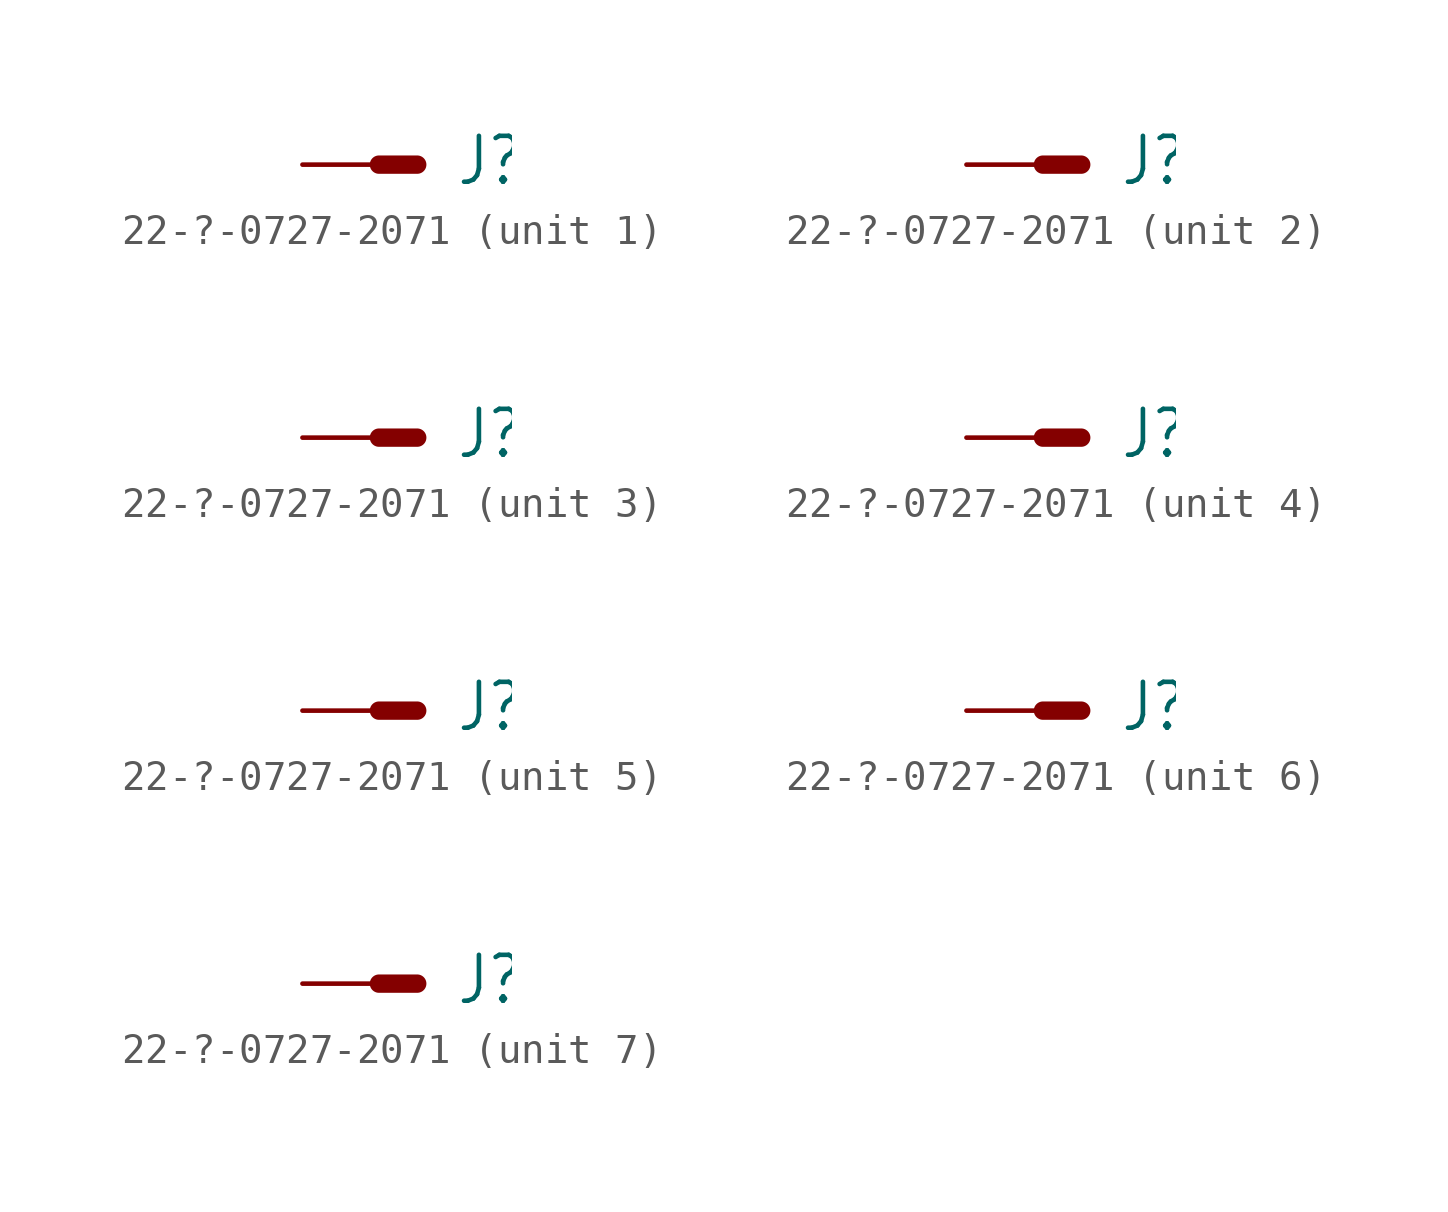
<source format=kicad_sym>
(kicad_symbol_lib
  (version 20220914)
  (generator kicad_symbol_editor)
  (symbol "22-?-0727-2071"
    (property "Reference" "J"
      (at 2.54 -0.762 0)
      (effects (font (size 1.524 1.295)) (justify left bottom)))
    (property "ki_locked" ""
      (at 0 0 0)
      (effects (font (size 1.27 1.27))))
    (symbol "22-?-0727-2071_1_0"
      (polyline (pts (xy 1.27 0) (xy 0 0)) (stroke (width 0.61) (type solid)) (fill (type none)))
      (pin passive line (at -2.54 0 0) (length 2.54) (name "S" (effects (font (size 0 0)))) (number "1" (effects (font (size 0 0))))))
    (symbol "22-?-0727-2071_2_0"
      (polyline (pts (xy 1.27 0) (xy 0 0)) (stroke (width 0.61) (type solid)) (fill (type none)))
      (pin passive line (at -2.54 0 0) (length 2.54) (name "S" (effects (font (size 0 0)))) (number "2" (effects (font (size 0 0))))))
    (symbol "22-?-0727-2071_3_0"
      (polyline (pts (xy 1.27 0) (xy 0 0)) (stroke (width 0.61) (type solid)) (fill (type none)))
      (pin passive line (at -2.54 0 0) (length 2.54) (name "S" (effects (font (size 0 0)))) (number "3" (effects (font (size 0 0))))))
    (symbol "22-?-0727-2071_4_0"
      (polyline (pts (xy 1.27 0) (xy 0 0)) (stroke (width 0.61) (type solid)) (fill (type none)))
      (pin passive line (at -2.54 0 0) (length 2.54) (name "S" (effects (font (size 0 0)))) (number "4" (effects (font (size 0 0))))))
    (symbol "22-?-0727-2071_5_0"
      (polyline (pts (xy 1.27 0) (xy 0 0)) (stroke (width 0.61) (type solid)) (fill (type none)))
      (pin passive line (at -2.54 0 0) (length 2.54) (name "S" (effects (font (size 0 0)))) (number "5" (effects (font (size 0 0))))))
    (symbol "22-?-0727-2071_6_0"
      (polyline (pts (xy 1.27 0) (xy 0 0)) (stroke (width 0.61) (type solid)) (fill (type none)))
      (pin passive line (at -2.54 0 0) (length 2.54) (name "S" (effects (font (size 0 0)))) (number "6" (effects (font (size 0 0))))))
    (symbol "22-?-0727-2071_7_0"
      (polyline (pts (xy 1.27 0) (xy 0 0)) (stroke (width 0.61) (type solid)) (fill (type none)))
      (pin passive line (at -2.54 0 0) (length 2.54) (name "S" (effects (font (size 0 0)))) (number "7" (effects (font (size 0 0))))))))
</source>
